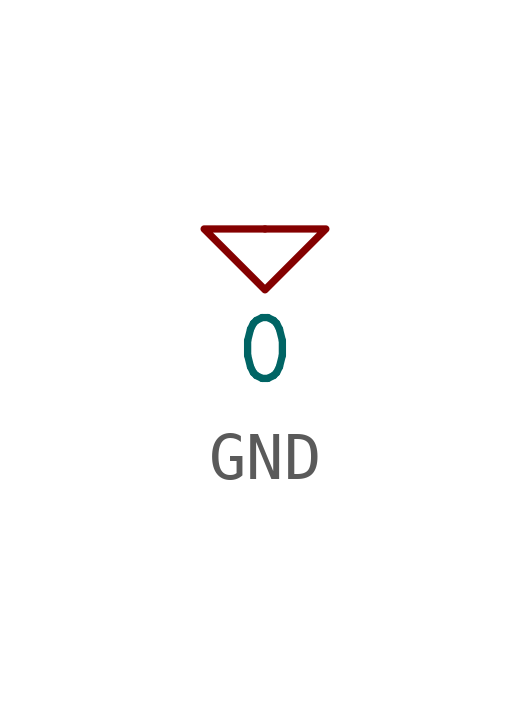
<source format=kicad_sym>
(kicad_symbol_lib
  (version 20241209)
  (generator "kicad_symbol_editor")
  (generator_version "9.0")
  (symbol "GND"
    (power)
    (pin_numbers
      (hide yes))
    (pin_names
      (offset 0)
      (hide yes))
    (property "Reference" "#0"
      (at 0 -5.08 0)
      (effects (font (size 1.27 1.27)) (hide yes)))
    (property "Value" "0"
      (at 0 -2.54 0)
      (do_not_autoplace)
      (effects (font (size 1.27 1.27))))
    (symbol "GND_0_1"
      (polyline (pts (xy -1.27 0) (xy 0 -1.27) (xy 1.27 0) (xy -1.27 0)) (stroke (width 0) (type default)) (fill (type none))))
    (symbol "GND_1_1"
      (pin power_in line (at 0 0 0) (length 0) (name "~" (effects (font (size 1.016 1.016)))) (number "1" (effects (font (size 1.016 1.016))))))))
</source>
